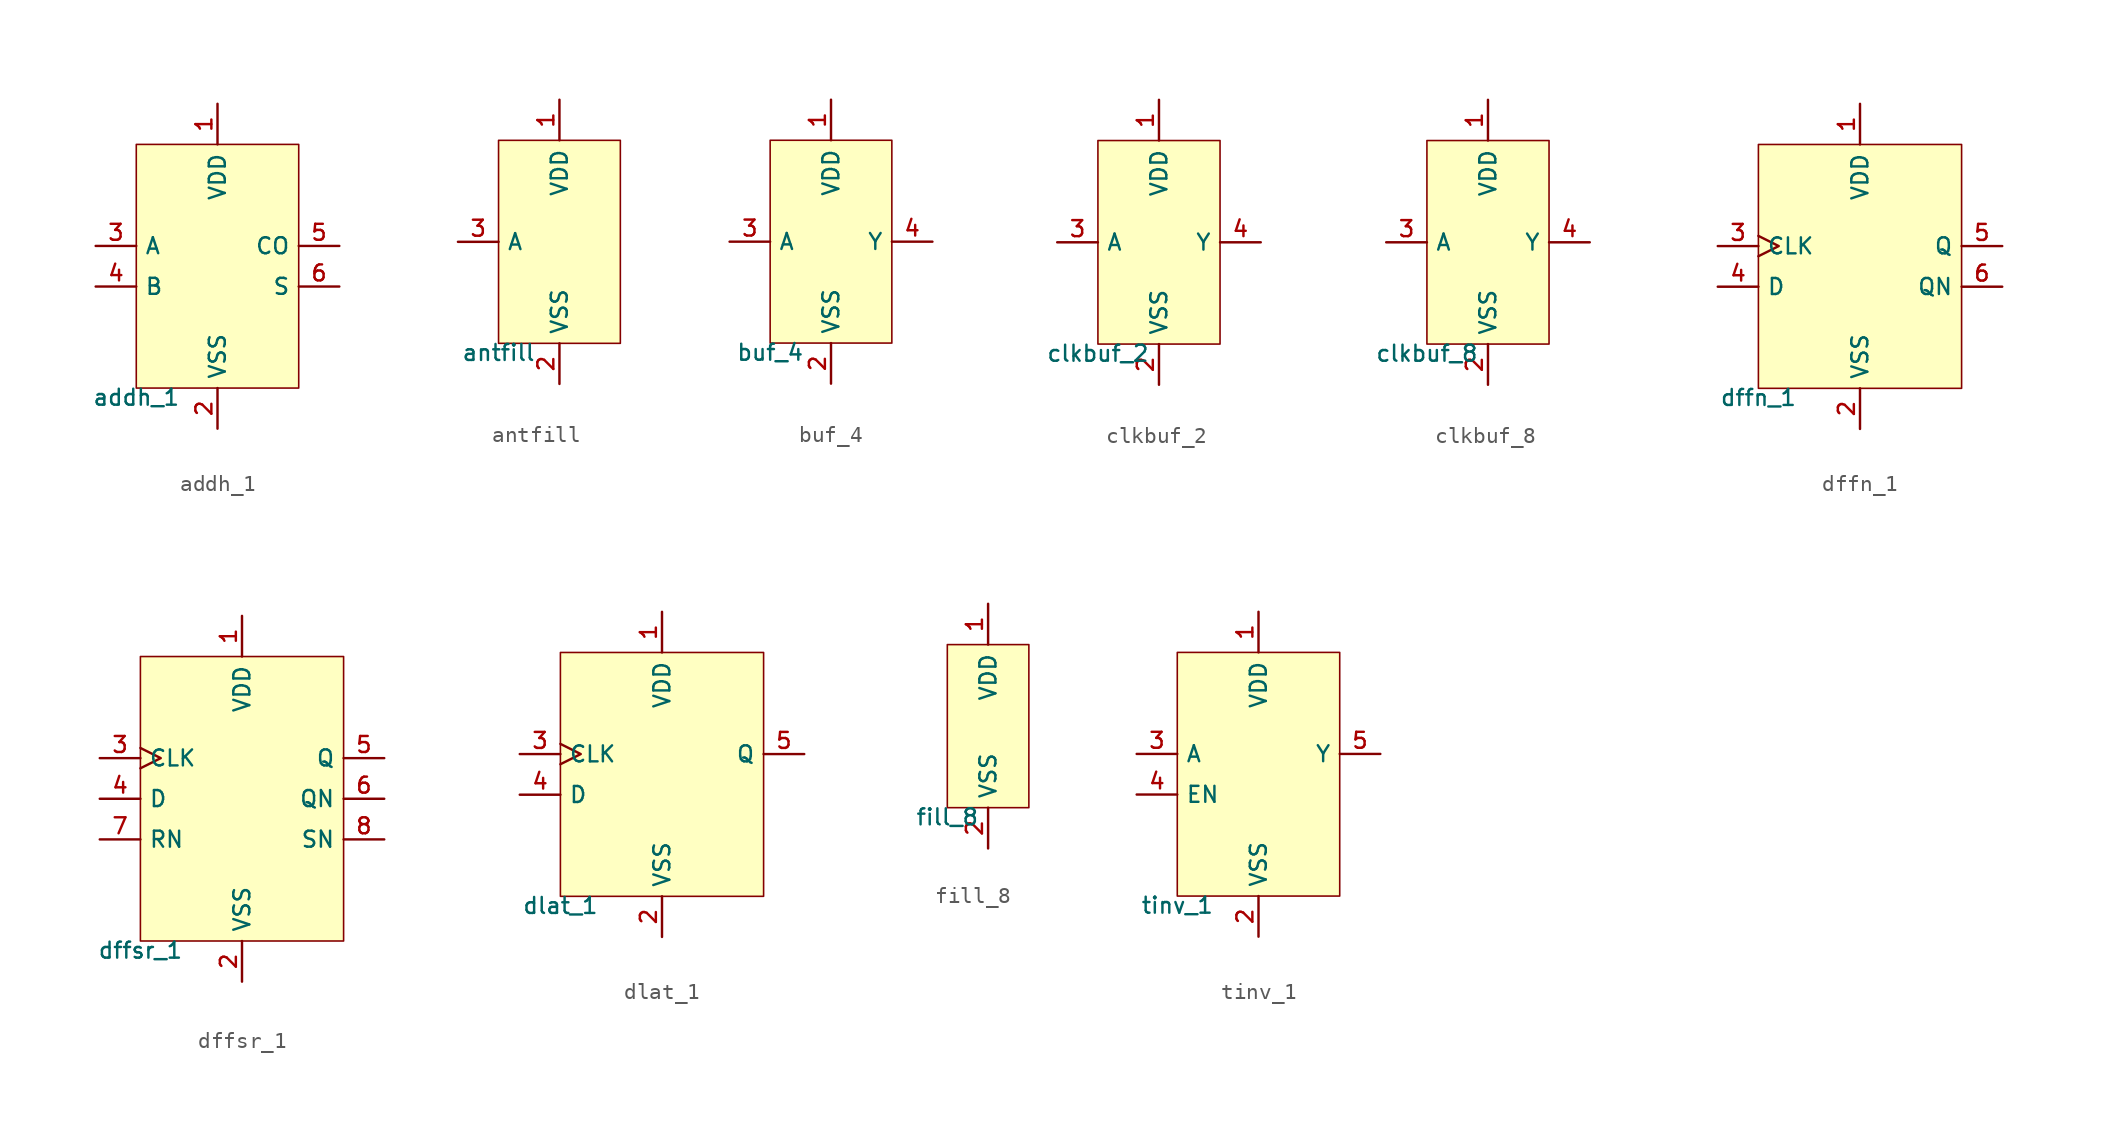
<source format=kicad_sym>
(kicad_symbol_lib
  (version 20211014)
  (generator pdk2kicad)
  (symbol "addh_1"
    (property "Reference" "X"
      (at 0 0 0)
      (effects (font (size 1 1)) hide))
    (property "Value" "addh_1"
      (at -5.08 -7.62 0)
      (effects (font (size 1 1)) (justify top)))
    (rectangle
      (start -5.08 -7.62)
      (end 5.08 7.62)
      (stroke (width 0.1) (type solid) (color 0 0 0 0))
      (fill (type background)))
    (pin power_in line
      (at 0.0 10.16 270)
      (length 2.54)
      (name "VDD" (effects (font (size 1 1)) hide))
      (number "1" (effects (font (size 1 1)) hide)))
    (pin power_in line
      (at 0.0 -10.16 90)
      (length 2.54)
      (name "VSS" (effects (font (size 1 1)) hide))
      (number "2" (effects (font (size 1 1)) hide)))
    (pin input line
      (at -7.62 1.27 0)
      (length 2.54)
      (name "A" (effects (font (size 1 1)) hide))
      (number "3" (effects (font (size 1 1)) hide)))
    (pin input line
      (at -7.62 -1.27 0)
      (length 2.54)
      (name "B" (effects (font (size 1 1)) hide))
      (number "4" (effects (font (size 1 1)) hide)))
    (pin output line
      (at 7.62 1.27 180)
      (length 2.54)
      (name "CO" (effects (font (size 1 1)) hide))
      (number "5" (effects (font (size 1 1)) hide)))
    (pin output line
      (at 7.62 -1.27 180)
      (length 2.54)
      (name "S" (effects (font (size 1 1)) hide))
      (number "6" (effects (font (size 1 1)) hide))))
  (symbol "antfill"
    (property "Reference" "X"
      (at 0 0 0)
      (effects (font (size 1 1)) hide))
    (property "Value" "antfill"
      (at -3.81 -6.35 0)
      (effects (font (size 1 1)) (justify top)))
    (rectangle
      (start -3.81 -6.35)
      (end 3.81 6.35)
      (stroke (width 0.1) (type solid) (color 0 0 0 0))
      (fill (type background)))
    (pin power_in line
      (at 0.0 8.89 270)
      (length 2.54)
      (name "VDD" (effects (font (size 1 1)) hide))
      (number "1" (effects (font (size 1 1)) hide)))
    (pin power_in line
      (at 0.0 -8.89 90)
      (length 2.54)
      (name "VSS" (effects (font (size 1 1)) hide))
      (number "2" (effects (font (size 1 1)) hide)))
    (pin input line
      (at -6.35 -4.440892098500626e-16 0)
      (length 2.54)
      (name "A" (effects (font (size 1 1)) hide))
      (number "3" (effects (font (size 1 1)) hide))))
  (symbol "buf_4"
    (property "Reference" "X"
      (at 0 0 0)
      (effects (font (size 1 1)) hide))
    (property "Value" "buf_4"
      (at -3.81 -6.35 0)
      (effects (font (size 1 1)) (justify top)))
    (rectangle
      (start -3.81 -6.35)
      (end 3.81 6.35)
      (stroke (width 0.1) (type solid) (color 0 0 0 0))
      (fill (type background)))
    (pin power_in line
      (at 0.0 8.89 270)
      (length 2.54)
      (name "VDD" (effects (font (size 1 1)) hide))
      (number "1" (effects (font (size 1 1)) hide)))
    (pin power_in line
      (at 0.0 -8.89 90)
      (length 2.54)
      (name "VSS" (effects (font (size 1 1)) hide))
      (number "2" (effects (font (size 1 1)) hide)))
    (pin input line
      (at -6.35 -4.440892098500626e-16 0)
      (length 2.54)
      (name "A" (effects (font (size 1 1)) hide))
      (number "3" (effects (font (size 1 1)) hide)))
    (pin output line
      (at 6.35 -4.440892098500626e-16 180)
      (length 2.54)
      (name "Y" (effects (font (size 1 1)) hide))
      (number "4" (effects (font (size 1 1)) hide))))
  (symbol "clkbuf_2"
    (property "Reference" "X"
      (at 0 0 0)
      (effects (font (size 1 1)) hide))
    (property "Value" "clkbuf_2"
      (at -3.81 -6.35 0)
      (effects (font (size 1 1)) (justify top)))
    (rectangle
      (start -3.81 -6.35)
      (end 3.81 6.35)
      (stroke (width 0.1) (type solid) (color 0 0 0 0))
      (fill (type background)))
    (pin power_in line
      (at 0.0 8.89 270)
      (length 2.54)
      (name "VDD" (effects (font (size 1 1)) hide))
      (number "1" (effects (font (size 1 1)) hide)))
    (pin power_in line
      (at 0.0 -8.89 90)
      (length 2.54)
      (name "VSS" (effects (font (size 1 1)) hide))
      (number "2" (effects (font (size 1 1)) hide)))
    (pin input line
      (at -6.35 -4.440892098500626e-16 0)
      (length 2.54)
      (name "A" (effects (font (size 1 1)) hide))
      (number "3" (effects (font (size 1 1)) hide)))
    (pin output line
      (at 6.35 -4.440892098500626e-16 180)
      (length 2.54)
      (name "Y" (effects (font (size 1 1)) hide))
      (number "4" (effects (font (size 1 1)) hide))))
  (symbol "clkbuf_8"
    (property "Reference" "X"
      (at 0 0 0)
      (effects (font (size 1 1)) hide))
    (property "Value" "clkbuf_8"
      (at -3.81 -6.35 0)
      (effects (font (size 1 1)) (justify top)))
    (rectangle
      (start -3.81 -6.35)
      (end 3.81 6.35)
      (stroke (width 0.1) (type solid) (color 0 0 0 0))
      (fill (type background)))
    (pin power_in line
      (at 0.0 8.89 270)
      (length 2.54)
      (name "VDD" (effects (font (size 1 1)) hide))
      (number "1" (effects (font (size 1 1)) hide)))
    (pin power_in line
      (at 0.0 -8.89 90)
      (length 2.54)
      (name "VSS" (effects (font (size 1 1)) hide))
      (number "2" (effects (font (size 1 1)) hide)))
    (pin input line
      (at -6.35 -4.440892098500626e-16 0)
      (length 2.54)
      (name "A" (effects (font (size 1 1)) hide))
      (number "3" (effects (font (size 1 1)) hide)))
    (pin output line
      (at 6.35 -4.440892098500626e-16 180)
      (length 2.54)
      (name "Y" (effects (font (size 1 1)) hide))
      (number "4" (effects (font (size 1 1)) hide))))
  (symbol "dffn_1"
    (property "Reference" "X"
      (at 0 0 0)
      (effects (font (size 1 1)) hide))
    (property "Value" "dffn_1"
      (at -6.35 -7.62 0)
      (effects (font (size 1 1)) (justify top)))
    (rectangle
      (start -6.35 -7.62)
      (end 6.35 7.62)
      (stroke (width 0.1) (type solid) (color 0 0 0 0))
      (fill (type background)))
    (pin power_in line
      (at 4.440892098500626e-16 10.16 270)
      (length 2.54)
      (name "VDD" (effects (font (size 1 1)) hide))
      (number "1" (effects (font (size 1 1)) hide)))
    (pin power_in line
      (at 4.440892098500626e-16 -10.16 90)
      (length 2.54)
      (name "VSS" (effects (font (size 1 1)) hide))
      (number "2" (effects (font (size 1 1)) hide)))
    (pin input clock
      (at -8.89 1.27 0)
      (length 2.54)
      (name "CLK" (effects (font (size 1 1)) hide))
      (number "3" (effects (font (size 1 1)) hide)))
    (pin input line
      (at -8.89 -1.27 0)
      (length 2.54)
      (name "D" (effects (font (size 1 1)) hide))
      (number "4" (effects (font (size 1 1)) hide)))
    (pin output line
      (at 8.89 1.27 180)
      (length 2.54)
      (name "Q" (effects (font (size 1 1)) hide))
      (number "5" (effects (font (size 1 1)) hide)))
    (pin output line
      (at 8.89 -1.27 180)
      (length 2.54)
      (name "QN" (effects (font (size 1 1)) hide))
      (number "6" (effects (font (size 1 1)) hide))))
  (symbol "dffsr_1"
    (property "Reference" "X"
      (at 0 0 0)
      (effects (font (size 1 1)) hide))
    (property "Value" "dffsr_1"
      (at -6.35 -8.89 0)
      (effects (font (size 1 1)) (justify top)))
    (rectangle
      (start -6.35 -8.89)
      (end 6.35 8.89)
      (stroke (width 0.1) (type solid) (color 0 0 0 0))
      (fill (type background)))
    (pin power_in line
      (at 4.440892098500626e-16 11.43 270)
      (length 2.54)
      (name "VDD" (effects (font (size 1 1)) hide))
      (number "1" (effects (font (size 1 1)) hide)))
    (pin power_in line
      (at 4.440892098500626e-16 -11.43 90)
      (length 2.54)
      (name "VSS" (effects (font (size 1 1)) hide))
      (number "2" (effects (font (size 1 1)) hide)))
    (pin input clock
      (at -8.89 2.54 0)
      (length 2.54)
      (name "CLK" (effects (font (size 1 1)) hide))
      (number "3" (effects (font (size 1 1)) hide)))
    (pin input line
      (at -8.89 4.440892098500626e-16 0)
      (length 2.54)
      (name "D" (effects (font (size 1 1)) hide))
      (number "4" (effects (font (size 1 1)) hide)))
    (pin output line
      (at 8.89 2.54 180)
      (length 2.54)
      (name "Q" (effects (font (size 1 1)) hide))
      (number "5" (effects (font (size 1 1)) hide)))
    (pin output line
      (at 8.89 4.440892098500626e-16 180)
      (length 2.54)
      (name "QN" (effects (font (size 1 1)) hide))
      (number "6" (effects (font (size 1 1)) hide)))
    (pin input line
      (at -8.89 -2.54 0)
      (length 2.54)
      (name "RN" (effects (font (size 1 1)) hide))
      (number "7" (effects (font (size 1 1)) hide)))
    (pin output line
      (at 8.89 -2.54 180)
      (length 2.54)
      (name "SN" (effects (font (size 1 1)) hide))
      (number "8" (effects (font (size 1 1)) hide))))
  (symbol "dlat_1"
    (property "Reference" "X"
      (at 0 0 0)
      (effects (font (size 1 1)) hide))
    (property "Value" "dlat_1"
      (at -6.35 -7.62 0)
      (effects (font (size 1 1)) (justify top)))
    (rectangle
      (start -6.35 -7.62)
      (end 6.35 7.62)
      (stroke (width 0.1) (type solid) (color 0 0 0 0))
      (fill (type background)))
    (pin power_in line
      (at 4.440892098500626e-16 10.16 270)
      (length 2.54)
      (name "VDD" (effects (font (size 1 1)) hide))
      (number "1" (effects (font (size 1 1)) hide)))
    (pin power_in line
      (at 4.440892098500626e-16 -10.16 90)
      (length 2.54)
      (name "VSS" (effects (font (size 1 1)) hide))
      (number "2" (effects (font (size 1 1)) hide)))
    (pin input clock
      (at -8.89 1.27 0)
      (length 2.54)
      (name "CLK" (effects (font (size 1 1)) hide))
      (number "3" (effects (font (size 1 1)) hide)))
    (pin input line
      (at -8.89 -1.27 0)
      (length 2.54)
      (name "D" (effects (font (size 1 1)) hide))
      (number "4" (effects (font (size 1 1)) hide)))
    (pin output line
      (at 8.89 1.27 180)
      (length 2.54)
      (name "Q" (effects (font (size 1 1)) hide))
      (number "5" (effects (font (size 1 1)) hide))))
  (symbol "fill_8"
    (property "Reference" "X"
      (at 0 0 0)
      (effects (font (size 1 1)) hide))
    (property "Value" "fill_8"
      (at -2.54 -5.08 0)
      (effects (font (size 1 1)) (justify top)))
    (rectangle
      (start -2.54 -5.08)
      (end 2.54 5.08)
      (stroke (width 0.1) (type solid) (color 0 0 0 0))
      (fill (type background)))
    (pin power_in line
      (at 0.0 7.62 270)
      (length 2.54)
      (name "VDD" (effects (font (size 1 1)) hide))
      (number "1" (effects (font (size 1 1)) hide)))
    (pin power_in line
      (at 0.0 -7.62 90)
      (length 2.54)
      (name "VSS" (effects (font (size 1 1)) hide))
      (number "2" (effects (font (size 1 1)) hide))))
  (symbol "tinv_1"
    (property "Reference" "X"
      (at 0 0 0)
      (effects (font (size 1 1)) hide))
    (property "Value" "tinv_1"
      (at -5.08 -7.62 0)
      (effects (font (size 1 1)) (justify top)))
    (rectangle
      (start -5.08 -7.62)
      (end 5.08 7.62)
      (stroke (width 0.1) (type solid) (color 0 0 0 0))
      (fill (type background)))
    (pin power_in line
      (at 0.0 10.16 270)
      (length 2.54)
      (name "VDD" (effects (font (size 1 1)) hide))
      (number "1" (effects (font (size 1 1)) hide)))
    (pin power_in line
      (at 0.0 -10.16 90)
      (length 2.54)
      (name "VSS" (effects (font (size 1 1)) hide))
      (number "2" (effects (font (size 1 1)) hide)))
    (pin input line
      (at -7.62 1.27 0)
      (length 2.54)
      (name "A" (effects (font (size 1 1)) hide))
      (number "3" (effects (font (size 1 1)) hide)))
    (pin input line
      (at -7.62 -1.27 0)
      (length 2.54)
      (name "EN" (effects (font (size 1 1)) hide))
      (number "4" (effects (font (size 1 1)) hide)))
    (pin output line
      (at 7.62 1.27 180)
      (length 2.54)
      (name "Y" (effects (font (size 1 1)) hide))
      (number "5" (effects (font (size 1 1)) hide)))))
</source>
